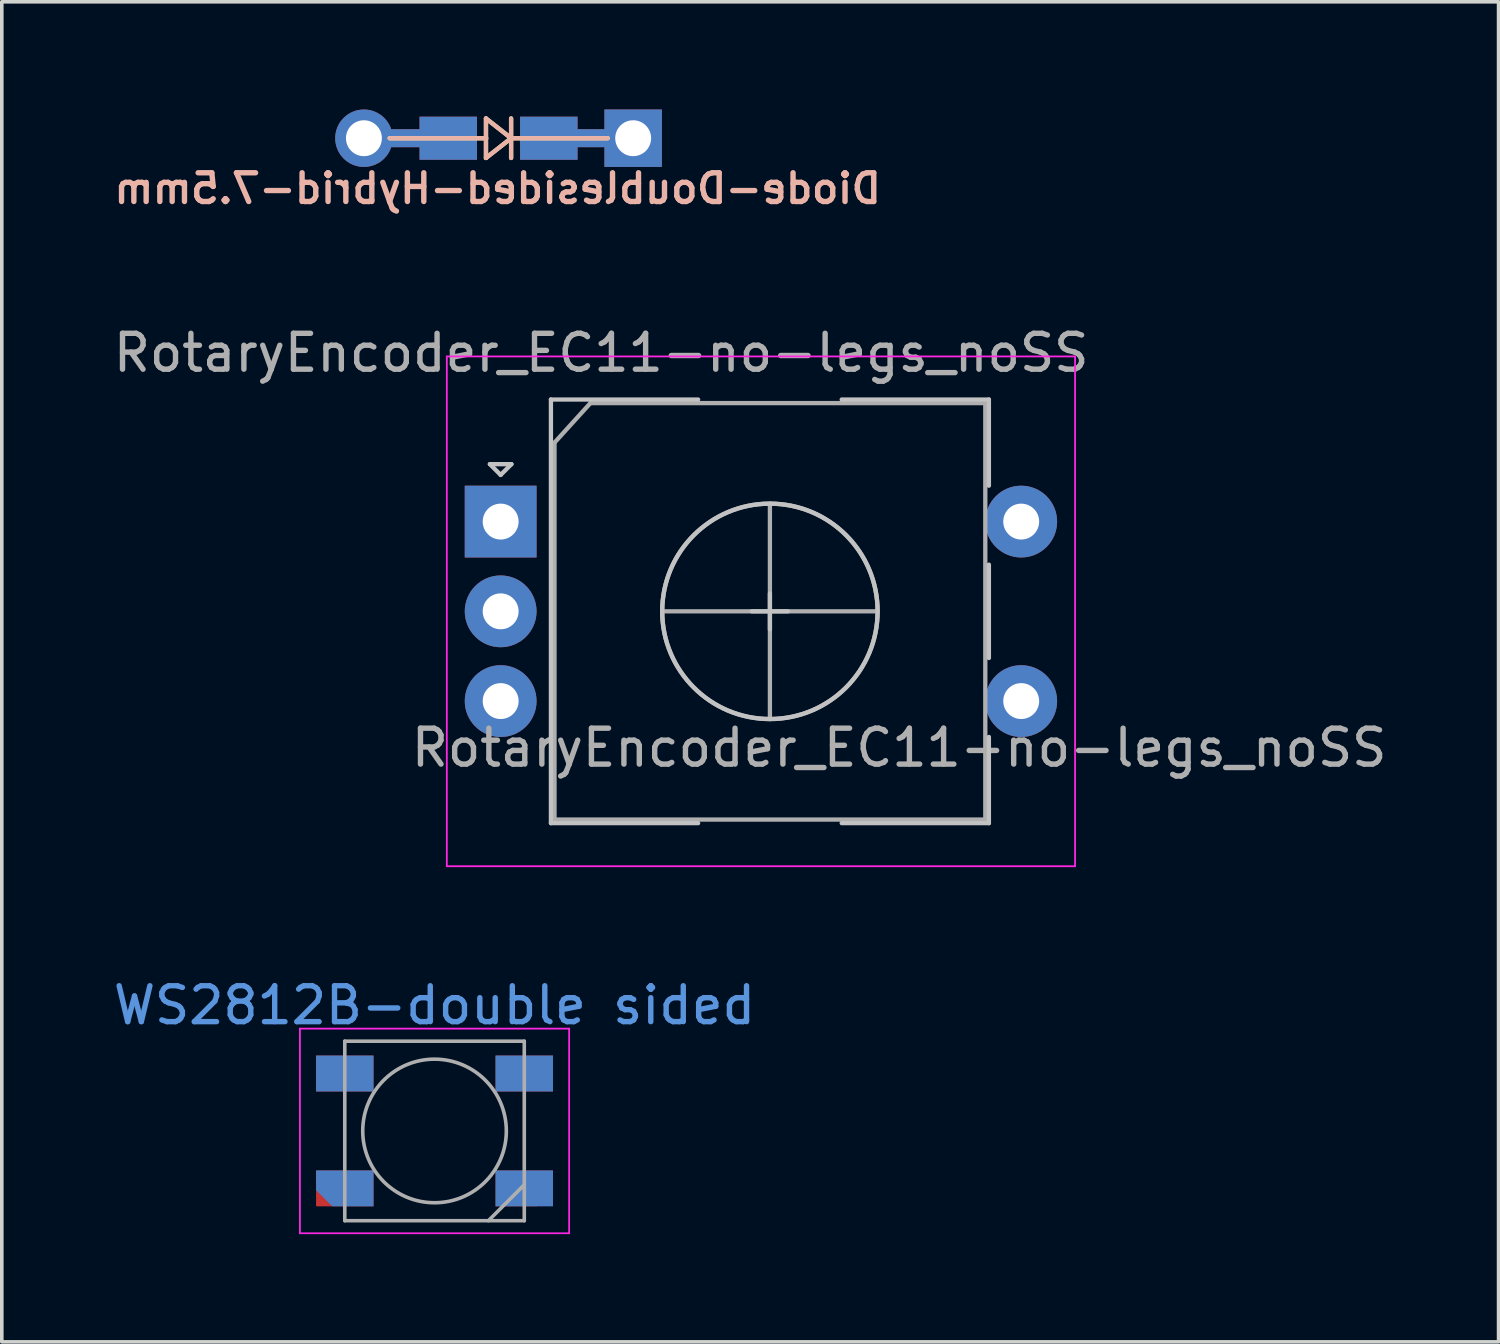
<source format=kicad_pcb>
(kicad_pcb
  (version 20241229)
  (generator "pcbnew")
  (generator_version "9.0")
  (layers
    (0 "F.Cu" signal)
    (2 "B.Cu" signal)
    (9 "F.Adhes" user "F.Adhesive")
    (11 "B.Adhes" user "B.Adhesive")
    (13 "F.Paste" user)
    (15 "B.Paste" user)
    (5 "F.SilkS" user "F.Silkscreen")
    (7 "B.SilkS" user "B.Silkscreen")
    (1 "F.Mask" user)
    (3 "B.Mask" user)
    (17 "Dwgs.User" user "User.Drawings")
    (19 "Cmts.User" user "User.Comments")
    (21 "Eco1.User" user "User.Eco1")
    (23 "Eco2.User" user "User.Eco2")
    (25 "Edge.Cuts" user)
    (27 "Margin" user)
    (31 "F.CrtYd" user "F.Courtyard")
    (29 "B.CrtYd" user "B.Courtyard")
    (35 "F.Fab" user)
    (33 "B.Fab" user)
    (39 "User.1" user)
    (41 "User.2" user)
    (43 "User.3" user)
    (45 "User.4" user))
  (footprint "WS2812B-double sided"
    (layer "F.Cu")
    (at 9.054 28.453)
    (property "Reference" "WS2812B-double sided" (at 0 -3.5 0) (layer "Cmts.User") (effects (font (size 1 1) (thickness 0.15))))
    (attr smd)
    (fp_line (start -3.75 -2.85) (end -3.75 2.85) (stroke (width 0.05) (type solid)) (layer "F.CrtYd"))
    (fp_line (start -3.75 2.85) (end 3.75 2.85) (stroke (width 0.05) (type solid)) (layer "F.CrtYd"))
    (fp_line (start 3.75 -2.85) (end -3.75 -2.85) (stroke (width 0.05) (type solid)) (layer "F.CrtYd"))
    (fp_line (start 3.75 2.85) (end 3.75 -2.85) (stroke (width 0.05) (type solid)) (layer "F.CrtYd"))
    (fp_line (start -2.5 -2.5) (end -2.5 2.5) (stroke (width 0.1) (type solid)) (layer "F.Fab"))
    (fp_line (start -2.5 2.5) (end 2.5 2.5) (stroke (width 0.1) (type solid)) (layer "F.Fab"))
    (fp_line (start 2.5 -2.5) (end -2.5 -2.5) (stroke (width 0.1) (type solid)) (layer "F.Fab"))
    (fp_line (start 2.5 1.5) (end 1.5 2.5) (stroke (width 0.1) (type solid)) (layer "F.Fab"))
    (fp_line (start 2.5 2.5) (end 2.5 -2.5) (stroke (width 0.1) (type solid)) (layer "F.Fab"))
    (fp_circle (center 0 0) (end 0 -2) (stroke (width 0.1) (type solid)) (fill no) (layer "F.Fab"))
    (pad "1" smd rect (at -2.5 -1.6) (size 1.6 1) (layers "F.Cu" "F.Mask" "F.Paste"))
    (pad "1" smd rect (at 2.5 -1.6) (size 1.6 1) (layers "B.Cu" "B.Mask" "B.Paste"))
    (pad "2" smd rect (at -2.5 1.6) (size 1.6 1) (layers "F.Cu" "F.Mask" "F.Paste"))
    (pad "2" smd rect (at 2.5 1.6) (size 1.6 1) (layers "B.Cu" "B.Mask" "B.Paste"))
    (pad "3" smd roundrect (at -2.5 1.6) (size 1.6 1) (layers "B.Cu" "B.Mask" "B.Paste") (roundrect_rratio 0) (chamfer_ratio 0.45) (chamfer bottom_left))
    (pad "3" smd roundrect (at 2.5 1.6) (size 1.6 1) (layers "F.Cu" "F.Mask" "F.Paste") (roundrect_rratio 0) (chamfer_ratio 0.45) (chamfer bottom_right))
    (pad "4" smd rect (at -2.5 -1.6) (size 1.6 1) (layers "B.Cu" "B.Mask" "B.Paste"))
    (pad "4" smd rect (at 2.5 -1.6) (size 1.6 1) (layers "F.Cu" "F.Mask" "F.Paste")))
  (footprint "RotaryEncoder_EC11-no-legs_noSS"
    (layer "F.Cu")
    (at 18.396 13.979)
    (property "Reference" "RotaryEncoder_EC11-no-legs_noSS" (at -4.7 -7.2 0) (layer "F.Fab") (effects (font (size 1 1) (thickness 0.15))))
    (attr through_hole)
    (fp_line (start -7.8 -4.1) (end -7.2 -4.1) (stroke (width 0.12) (type solid)) (layer "Dwgs.User"))
    (fp_line (start -7.5 -3.8) (end -7.8 -4.1) (stroke (width 0.12) (type solid)) (layer "Dwgs.User"))
    (fp_line (start -7.2 -4.1) (end -7.5 -3.8) (stroke (width 0.12) (type solid)) (layer "Dwgs.User"))
    (fp_line (start -6.1 -5.9) (end -6.1 5.9) (stroke (width 0.12) (type solid)) (layer "Dwgs.User"))
    (fp_line (start -2 -5.9) (end -6.1 -5.9) (stroke (width 0.12) (type solid)) (layer "Dwgs.User"))
    (fp_line (start -2 5.9) (end -6.1 5.9) (stroke (width 0.12) (type solid)) (layer "Dwgs.User"))
    (fp_line (start -0.5 0) (end 0.5 0) (stroke (width 0.12) (type solid)) (layer "Dwgs.User"))
    (fp_line (start 0 -0.5) (end 0 0.5) (stroke (width 0.12) (type solid)) (layer "Dwgs.User"))
    (fp_line (start 2 -5.9) (end 6.1 -5.9) (stroke (width 0.12) (type solid)) (layer "Dwgs.User"))
    (fp_line (start 6.1 -5.9) (end 6.1 -3.5) (stroke (width 0.12) (type solid)) (layer "Dwgs.User"))
    (fp_line (start 6.1 -1.3) (end 6.1 1.3) (stroke (width 0.12) (type solid)) (layer "Dwgs.User"))
    (fp_line (start 6.1 3.5) (end 6.1 5.9) (stroke (width 0.12) (type solid)) (layer "Dwgs.User"))
    (fp_line (start 6.1 5.9) (end 2 5.9) (stroke (width 0.12) (type solid)) (layer "Dwgs.User"))
    (fp_circle (center 0 0) (end 3 0) (stroke (width 0.12) (type solid)) (fill no) (layer "Dwgs.User"))
    (fp_line (start -9 -7.1) (end -9 7.1) (stroke (width 0.05) (type solid)) (layer "F.CrtYd"))
    (fp_line (start -9 -7.1) (end 8.5 -7.1) (stroke (width 0.05) (type solid)) (layer "F.CrtYd"))
    (fp_line (start 8.5 7.1) (end -9 7.1) (stroke (width 0.05) (type solid)) (layer "F.CrtYd"))
    (fp_line (start 8.5 7.1) (end 8.5 -7.1) (stroke (width 0.05) (type solid)) (layer "F.CrtYd"))
    (fp_line (start -6 -4.7) (end -5 -5.8) (stroke (width 0.12) (type solid)) (layer "F.Fab"))
    (fp_line (start -6 5.8) (end -6 -4.7) (stroke (width 0.12) (type solid)) (layer "F.Fab"))
    (fp_line (start -5 -5.8) (end 6 -5.8) (stroke (width 0.12) (type solid)) (layer "F.Fab"))
    (fp_line (start -3 0) (end 3 0) (stroke (width 0.12) (type solid)) (layer "F.Fab"))
    (fp_line (start 0 -3) (end 0 3) (stroke (width 0.12) (type solid)) (layer "F.Fab"))
    (fp_line (start 6 -5.8) (end 6 5.8) (stroke (width 0.12) (type solid)) (layer "F.Fab"))
    (fp_line (start 6 5.8) (end -6 5.8) (stroke (width 0.12) (type solid)) (layer "F.Fab"))
    (fp_circle (center 0 0) (end 3 0) (stroke (width 0.12) (type solid)) (fill no) (layer "F.Fab"))
    (fp_text user "${REFERENCE}" (at 3.6 3.8 0) (layer "F.Fab") (effects (font (size 1 1) (thickness 0.15))))
    (pad "A" thru_hole rect (at -7.5 -2.5) (size 2 2) (drill 1) (layers "*.Cu" "*.Mask"))
    (pad "B" thru_hole circle (at -7.5 2.5) (size 2 2) (drill 1) (layers "*.Cu" "*.Mask"))
    (pad "C" thru_hole circle (at -7.5 0) (size 2 2) (drill 1) (layers "*.Cu" "*.Mask"))
    (pad "S1" thru_hole circle (at 7 2.5) (size 2 2) (drill 1) (layers "*.Cu" "*.Mask"))
    (pad "S2" thru_hole circle (at 7 -2.5) (size 2 2) (drill 1) (layers "*.Cu" "*.Mask")))
  (footprint "Diode-Doublesided-Hybrid-7.5mm"
    (layer "F.Cu")
    (at 10.837 0.8)
    (property "Reference" "Diode-Doublesided-Hybrid-7.5mm" (at -0.025 1.4 0) (layer "B.SilkS") (effects (font (size 0.8 0.8) (thickness 0.15)) (justify mirror)))
    (attr smd)
    (fp_line (start -0.35 -0.55) (end -0.35 0.55) (stroke (width 0.12) (type solid)) (layer "F.SilkS"))
    (fp_line (start -0.35 0) (end -3.035 0) (stroke (width 0.12) (type solid)) (layer "F.SilkS"))
    (fp_line (start -0.35 0.55) (end 0.35 0) (stroke (width 0.12) (type solid)) (layer "F.SilkS"))
    (fp_line (start 0.35 -0.55) (end 0.35 0.55) (stroke (width 0.12) (type solid)) (layer "F.SilkS"))
    (fp_line (start 0.35 0) (end -0.35 -0.55) (stroke (width 0.12) (type solid)) (layer "F.SilkS"))
    (fp_line (start 0.35 0) (end 3.04 0) (stroke (width 0.12) (type solid)) (layer "F.SilkS"))
    (fp_line (start -3.025 0) (end -0.34 0) (stroke (width 0.12) (type solid)) (layer "B.SilkS"))
    (fp_line (start -0.35 -0.55) (end 0.35 0) (stroke (width 0.12) (type solid)) (layer "B.SilkS"))
    (fp_line (start -0.35 0.55) (end -0.35 -0.55) (stroke (width 0.12) (type solid)) (layer "B.SilkS"))
    (fp_line (start 0.35 0) (end -0.35 0.55) (stroke (width 0.12) (type solid)) (layer "B.SilkS"))
    (fp_line (start 0.35 0.55) (end 0.35 -0.55) (stroke (width 0.12) (type solid)) (layer "B.SilkS"))
    (fp_line (start 3.04 0) (end 0.35 0) (stroke (width 0.12) (type solid)) (layer "B.SilkS"))
    (pad "1" smd rect (at 1.4 0) (size 1.6 1.2) (layers "F.Cu" "F.Mask" "F.Paste"))
    (pad "1" smd rect (at 1.4 0) (size 1.6 1.2) (layers "B.Cu" "B.Mask" "B.Paste"))
    (pad "1" smd rect (at 2.5 0) (size 2.9 0.5) (layers "F.Cu"))
    (pad "1" smd rect (at 2.5 0) (size 2.9 0.5) (layers "B.Cu"))
    (pad "1" thru_hole rect (at 3.75 0) (size 1.6 1.6) (drill 1) (layers "*.Cu" "*.Mask"))
    (pad "2" thru_hole circle (at -3.75 0) (size 1.6 1.6) (drill 1) (layers "*.Cu" "*.Mask"))
    (pad "2" smd rect (at -2.54 0) (size 2.9 0.5) (layers "F.Cu"))
    (pad "2" smd rect (at -2.5 0) (size 2.9 0.5) (layers "B.Cu"))
    (pad "2" smd rect (at -1.4 0) (size 1.6 1.2) (layers "F.Cu" "F.Mask" "F.Paste"))
    (pad "2" smd rect (at -1.4 0) (size 1.6 1.2) (layers "B.Cu" "B.Mask" "B.Paste")))
  (gr_rect
    (start -3 -3)
    (end 38.693 34.328)
    (stroke (width 0.1) (type default))
    (fill no)
    (layer "Edge.Cuts")))
</source>
